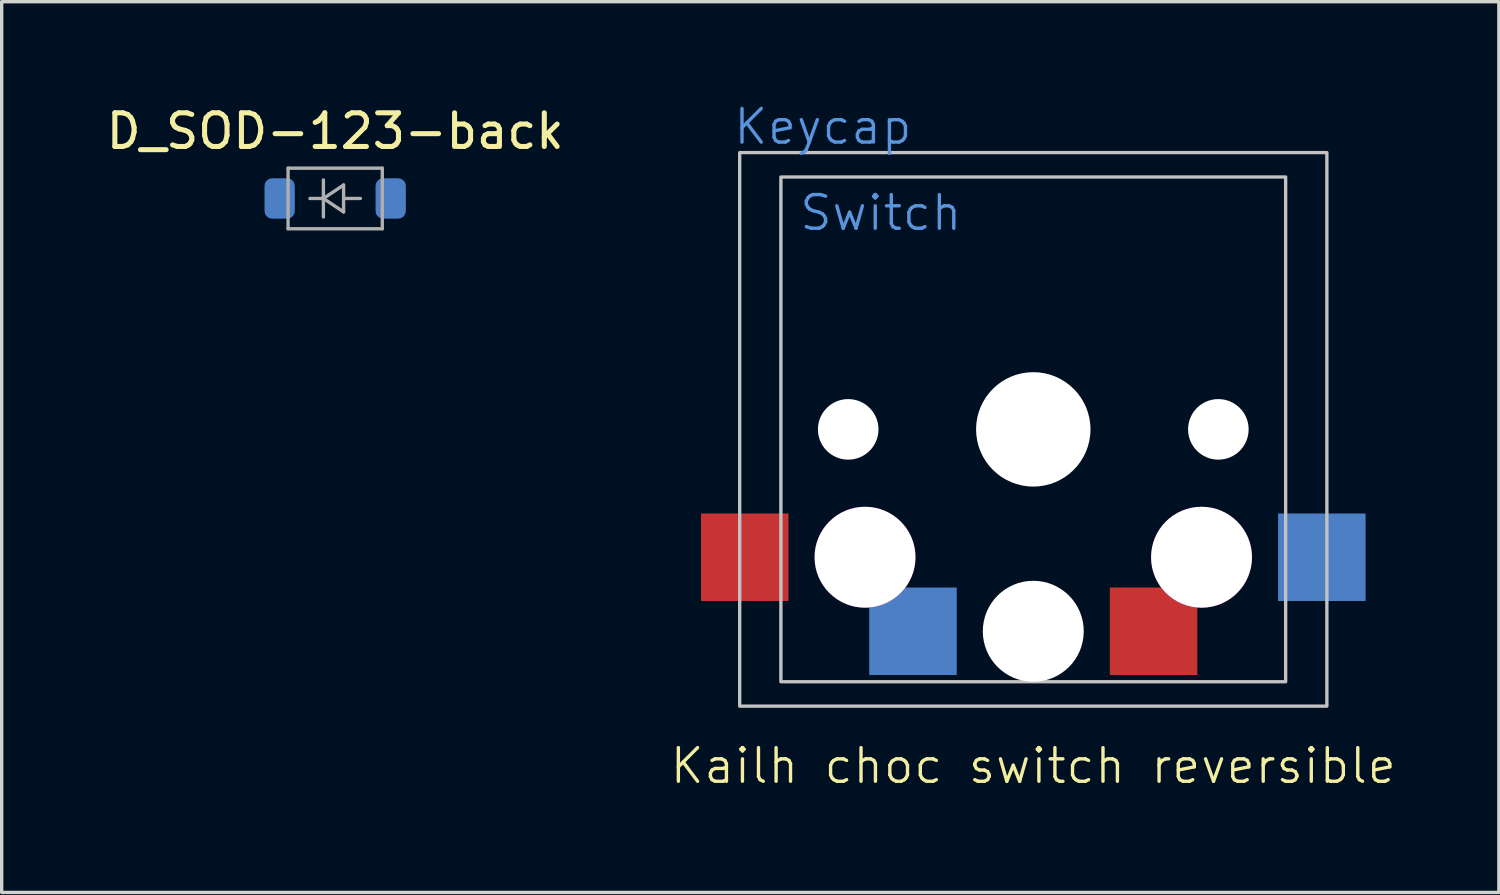
<source format=kicad_pcb>
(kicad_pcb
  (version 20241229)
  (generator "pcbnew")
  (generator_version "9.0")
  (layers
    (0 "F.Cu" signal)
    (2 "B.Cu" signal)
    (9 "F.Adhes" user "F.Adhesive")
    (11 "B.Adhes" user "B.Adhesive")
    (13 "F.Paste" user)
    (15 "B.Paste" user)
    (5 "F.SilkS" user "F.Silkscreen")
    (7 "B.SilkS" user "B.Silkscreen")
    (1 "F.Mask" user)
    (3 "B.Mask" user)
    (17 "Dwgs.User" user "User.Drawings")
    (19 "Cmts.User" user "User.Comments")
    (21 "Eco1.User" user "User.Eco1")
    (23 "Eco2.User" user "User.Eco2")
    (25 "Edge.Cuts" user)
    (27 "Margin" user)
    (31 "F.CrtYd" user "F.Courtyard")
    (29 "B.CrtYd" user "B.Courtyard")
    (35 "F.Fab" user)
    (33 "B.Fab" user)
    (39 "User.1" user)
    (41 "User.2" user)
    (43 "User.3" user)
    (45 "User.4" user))
  (footprint "D_SOD-123-back"
    (layer "F.Cu")
    (at 6.911 2.848)
    (property "Reference" "D_SOD-123-back" (at 0 -2 0) (layer "F.SilkS") (effects (font (size 1 1) (thickness 0.15))))
    (attr smd)
    (fp_line (start -1.4 -0.9) (end 1.4 -0.9) (stroke (width 0.1) (type solid)) (layer "F.Fab"))
    (fp_line (start -1.4 0.9) (end -1.4 -0.9) (stroke (width 0.1) (type solid)) (layer "F.Fab"))
    (fp_line (start -0.75 0) (end -0.35 0) (stroke (width 0.1) (type solid)) (layer "F.Fab"))
    (fp_line (start -0.35 0) (end -0.35 -0.55) (stroke (width 0.1) (type solid)) (layer "F.Fab"))
    (fp_line (start -0.35 0) (end -0.35 0.55) (stroke (width 0.1) (type solid)) (layer "F.Fab"))
    (fp_line (start -0.35 0) (end 0.25 -0.4) (stroke (width 0.1) (type solid)) (layer "F.Fab"))
    (fp_line (start 0.25 -0.4) (end 0.25 0.4) (stroke (width 0.1) (type solid)) (layer "F.Fab"))
    (fp_line (start 0.25 0) (end 0.75 0) (stroke (width 0.1) (type solid)) (layer "F.Fab"))
    (fp_line (start 0.25 0.4) (end -0.35 0) (stroke (width 0.1) (type solid)) (layer "F.Fab"))
    (fp_line (start 1.4 -0.9) (end 1.4 0.9) (stroke (width 0.1) (type solid)) (layer "F.Fab"))
    (fp_line (start 1.4 0.9) (end -1.4 0.9) (stroke (width 0.1) (type solid)) (layer "F.Fab"))
    (pad "1" smd roundrect (at -1.65 0) (size 0.9 1.2) (layers "B.Cu" "B.Mask" "B.Paste") (roundrect_rratio 0.25))
    (pad "2" smd roundrect (at 1.65 0) (size 0.9 1.2) (layers "B.Cu" "B.Mask" "B.Paste") (roundrect_rratio 0.25)))
  (footprint "Kailh choc switch reversible"
    (layer "F.Cu")
    (at 18.932 17.935)
    (property "Reference" "Kailh choc switch reversible" (at 8.725 1.775 0) (unlocked yes) (layer "F.SilkS") (effects (font (size 1 1) (thickness 0.1))))
    (attr through_hole)
    (fp_rect (start 0 -16.45) (end 17.45 0) (stroke (width 0.1) (type default)) (fill no) (layer "Dwgs.User"))
    (fp_rect (start 1.225 -15.725) (end 16.225 -0.725) (stroke (width 0.1) (type default)) (fill no) (layer "Dwgs.User"))
    (fp_text user "Switch" (at 1.725 -14.075 0) (unlocked yes) (layer "Cmts.User") (effects (font (size 1 1) (thickness 0.1)) (justify left bottom)))
    (fp_text user "Keycap" (at -0.235 -16.635 0) (unlocked yes) (layer "Cmts.User") (effects (font (size 1 1) (thickness 0.1)) (justify left bottom)))
    (pad "" np_thru_hole circle (at 3.225 -8.225) (size 1.8 1.8) (drill 1.8) (layers "*.Cu" "*.Mask"))
    (pad "" np_thru_hole circle (at 3.725 -4.425) (size 3 3) (drill 3) (layers "*.Cu" "*.Mask" "F.Adhes"))
    (pad "" np_thru_hole circle (at 8.725 -8.225) (size 3.4 3.4) (drill 3.4) (layers "*.Cu" "*.Mask"))
    (pad "" np_thru_hole circle (at 8.725 -2.225) (size 3 3) (drill 3) (layers "*.Cu" "*.Mask"))
    (pad "" np_thru_hole circle (at 13.725 -4.425) (size 3 3) (drill 3) (layers "*.Cu" "*.Mask" "F.Adhes"))
    (pad "" np_thru_hole circle (at 14.225 -8.225) (size 1.8 1.8) (drill 1.8) (layers "*.Cu" "*.Mask"))
    (pad "1" smd rect (at 0.15 -4.425) (size 2.6 2.6) (layers "F.Cu" "F.Mask" "F.Paste"))
    (pad "2" smd rect (at 12.3 -2.225) (size 2.6 2.6) (layers "F.Cu" "F.Mask" "F.Paste"))
    (pad "3" smd rect (at 17.3 -4.425) (size 2.6 2.6) (layers "B.Cu" "B.Mask" "B.Paste"))
    (pad "4" smd rect (at 5.15 -2.225) (size 2.6 2.6) (layers "B.Cu" "B.Mask" "B.Paste")))
  (gr_rect
    (start -3 -3)
    (end 41.493 23.471)
    (stroke (width 0.1) (type default))
    (fill no)
    (layer "Edge.Cuts")))
</source>
